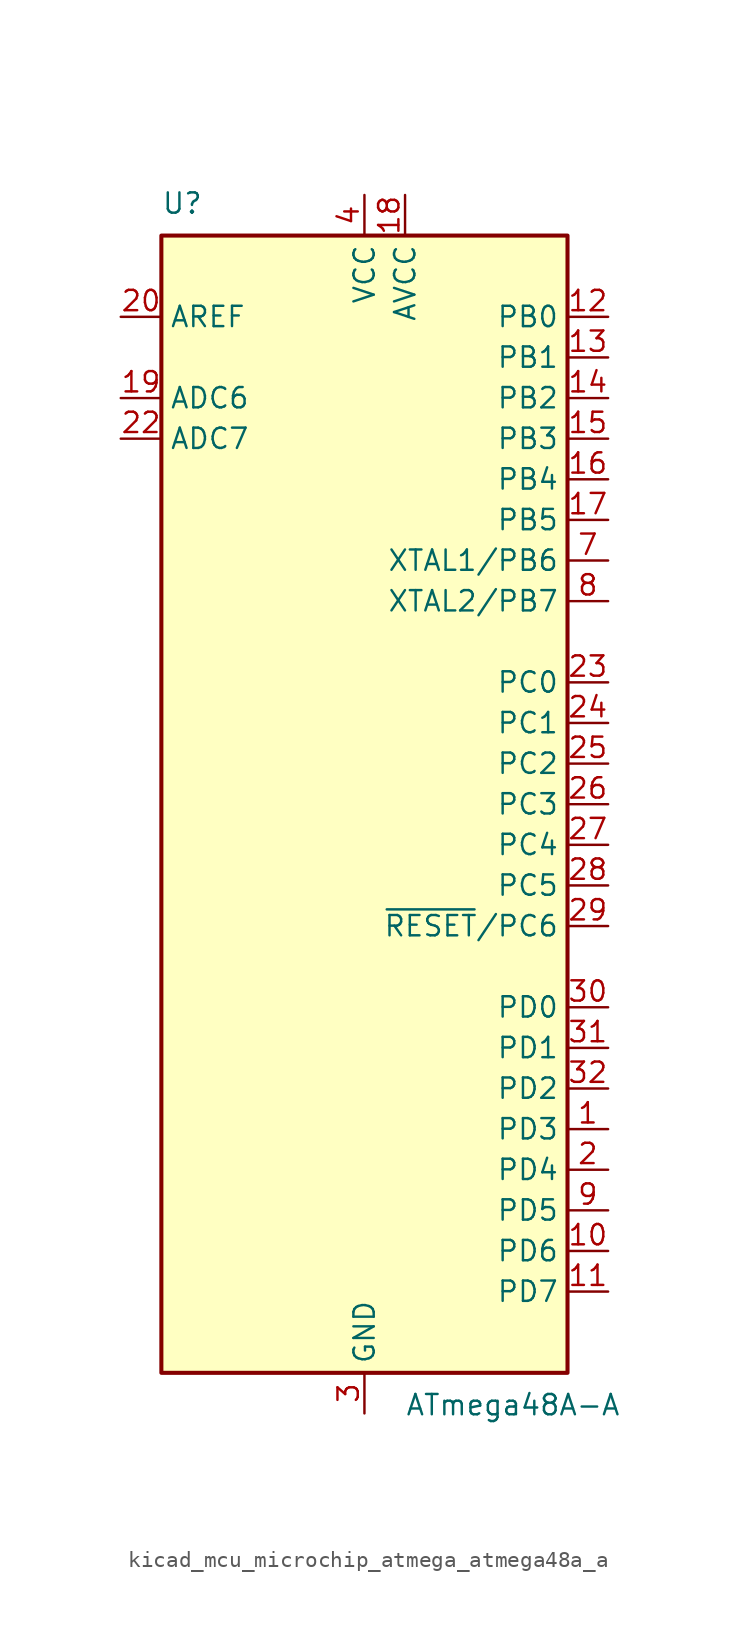
<source format=kicad_sym>
(kicad_symbol_lib
  (version 20220914)
  (generator kicad_symbol_editor)
  (symbol "kicad_mcu_microchip_atmega_atmega48a_a"
    (property "Reference" "U"
      (at -12.7 36.83 0)
      (effects (font (size 1.27 1.27)) (justify left bottom)))
    (property "Value" "ATmega48A-A"
      (at 2.54 -36.83 0)
      (effects (font (size 1.27 1.27)) (justify left top)))
    (symbol "kicad_mcu_microchip_atmega_atmega48a_a_0_1"
      (rectangle (start -12.7 -35.56) (end 12.7 35.56) (stroke (width 0.254) (type default)) (fill (type background))))
    (symbol "kicad_mcu_microchip_atmega_atmega48a_a_1_1"
      (pin bidirectional line (at 15.24 -20.32 180) (length 2.54) (name "PD3" (effects (font (size 1.27 1.27)))) (number "1" (effects (font (size 1.27 1.27)))))
      (pin bidirectional line (at 15.24 -27.94 180) (length 2.54) (name "PD6" (effects (font (size 1.27 1.27)))) (number "10" (effects (font (size 1.27 1.27)))))
      (pin bidirectional line (at 15.24 -30.48 180) (length 2.54) (name "PD7" (effects (font (size 1.27 1.27)))) (number "11" (effects (font (size 1.27 1.27)))))
      (pin bidirectional line (at 15.24 30.48 180) (length 2.54) (name "PB0" (effects (font (size 1.27 1.27)))) (number "12" (effects (font (size 1.27 1.27)))))
      (pin bidirectional line (at 15.24 27.94 180) (length 2.54) (name "PB1" (effects (font (size 1.27 1.27)))) (number "13" (effects (font (size 1.27 1.27)))))
      (pin bidirectional line (at 15.24 25.4 180) (length 2.54) (name "PB2" (effects (font (size 1.27 1.27)))) (number "14" (effects (font (size 1.27 1.27)))))
      (pin bidirectional line (at 15.24 22.86 180) (length 2.54) (name "PB3" (effects (font (size 1.27 1.27)))) (number "15" (effects (font (size 1.27 1.27)))))
      (pin bidirectional line (at 15.24 20.32 180) (length 2.54) (name "PB4" (effects (font (size 1.27 1.27)))) (number "16" (effects (font (size 1.27 1.27)))))
      (pin bidirectional line (at 15.24 17.78 180) (length 2.54) (name "PB5" (effects (font (size 1.27 1.27)))) (number "17" (effects (font (size 1.27 1.27)))))
      (pin power_in line (at 2.54 38.1 270) (length 2.54) (name "AVCC" (effects (font (size 1.27 1.27)))) (number "18" (effects (font (size 1.27 1.27)))))
      (pin input line (at -15.24 25.4 0) (length 2.54) (name "ADC6" (effects (font (size 1.27 1.27)))) (number "19" (effects (font (size 1.27 1.27)))))
      (pin bidirectional line (at 15.24 -22.86 180) (length 2.54) (name "PD4" (effects (font (size 1.27 1.27)))) (number "2" (effects (font (size 1.27 1.27)))))
      (pin passive line (at -15.24 30.48 0) (length 2.54) (name "AREF" (effects (font (size 1.27 1.27)))) (number "20" (effects (font (size 1.27 1.27)))))
      (pin passive line (at 0 -38.1 90) (length 2.54) hide (name "GND" (effects (font (size 1.27 1.27)))) (number "21" (effects (font (size 1.27 1.27)))))
      (pin input line (at -15.24 22.86 0) (length 2.54) (name "ADC7" (effects (font (size 1.27 1.27)))) (number "22" (effects (font (size 1.27 1.27)))))
      (pin bidirectional line (at 15.24 7.62 180) (length 2.54) (name "PC0" (effects (font (size 1.27 1.27)))) (number "23" (effects (font (size 1.27 1.27)))))
      (pin bidirectional line (at 15.24 5.08 180) (length 2.54) (name "PC1" (effects (font (size 1.27 1.27)))) (number "24" (effects (font (size 1.27 1.27)))))
      (pin bidirectional line (at 15.24 2.54 180) (length 2.54) (name "PC2" (effects (font (size 1.27 1.27)))) (number "25" (effects (font (size 1.27 1.27)))))
      (pin bidirectional line (at 15.24 0 180) (length 2.54) (name "PC3" (effects (font (size 1.27 1.27)))) (number "26" (effects (font (size 1.27 1.27)))))
      (pin bidirectional line (at 15.24 -2.54 180) (length 2.54) (name "PC4" (effects (font (size 1.27 1.27)))) (number "27" (effects (font (size 1.27 1.27)))))
      (pin bidirectional line (at 15.24 -5.08 180) (length 2.54) (name "PC5" (effects (font (size 1.27 1.27)))) (number "28" (effects (font (size 1.27 1.27)))))
      (pin bidirectional line (at 15.24 -7.62 180) (length 2.54) (name "~{RESET}/PC6" (effects (font (size 1.27 1.27)))) (number "29" (effects (font (size 1.27 1.27)))))
      (pin power_in line (at 0 -38.1 90) (length 2.54) (name "GND" (effects (font (size 1.27 1.27)))) (number "3" (effects (font (size 1.27 1.27)))))
      (pin bidirectional line (at 15.24 -12.7 180) (length 2.54) (name "PD0" (effects (font (size 1.27 1.27)))) (number "30" (effects (font (size 1.27 1.27)))))
      (pin bidirectional line (at 15.24 -15.24 180) (length 2.54) (name "PD1" (effects (font (size 1.27 1.27)))) (number "31" (effects (font (size 1.27 1.27)))))
      (pin bidirectional line (at 15.24 -17.78 180) (length 2.54) (name "PD2" (effects (font (size 1.27 1.27)))) (number "32" (effects (font (size 1.27 1.27)))))
      (pin power_in line (at 0 38.1 270) (length 2.54) (name "VCC" (effects (font (size 1.27 1.27)))) (number "4" (effects (font (size 1.27 1.27)))))
      (pin passive line (at 0 -38.1 90) (length 2.54) hide (name "GND" (effects (font (size 1.27 1.27)))) (number "5" (effects (font (size 1.27 1.27)))))
      (pin passive line (at 0 38.1 270) (length 2.54) hide (name "VCC" (effects (font (size 1.27 1.27)))) (number "6" (effects (font (size 1.27 1.27)))))
      (pin bidirectional line (at 15.24 15.24 180) (length 2.54) (name "XTAL1/PB6" (effects (font (size 1.27 1.27)))) (number "7" (effects (font (size 1.27 1.27)))))
      (pin bidirectional line (at 15.24 12.7 180) (length 2.54) (name "XTAL2/PB7" (effects (font (size 1.27 1.27)))) (number "8" (effects (font (size 1.27 1.27)))))
      (pin bidirectional line (at 15.24 -25.4 180) (length 2.54) (name "PD5" (effects (font (size 1.27 1.27)))) (number "9" (effects (font (size 1.27 1.27))))))))
</source>
